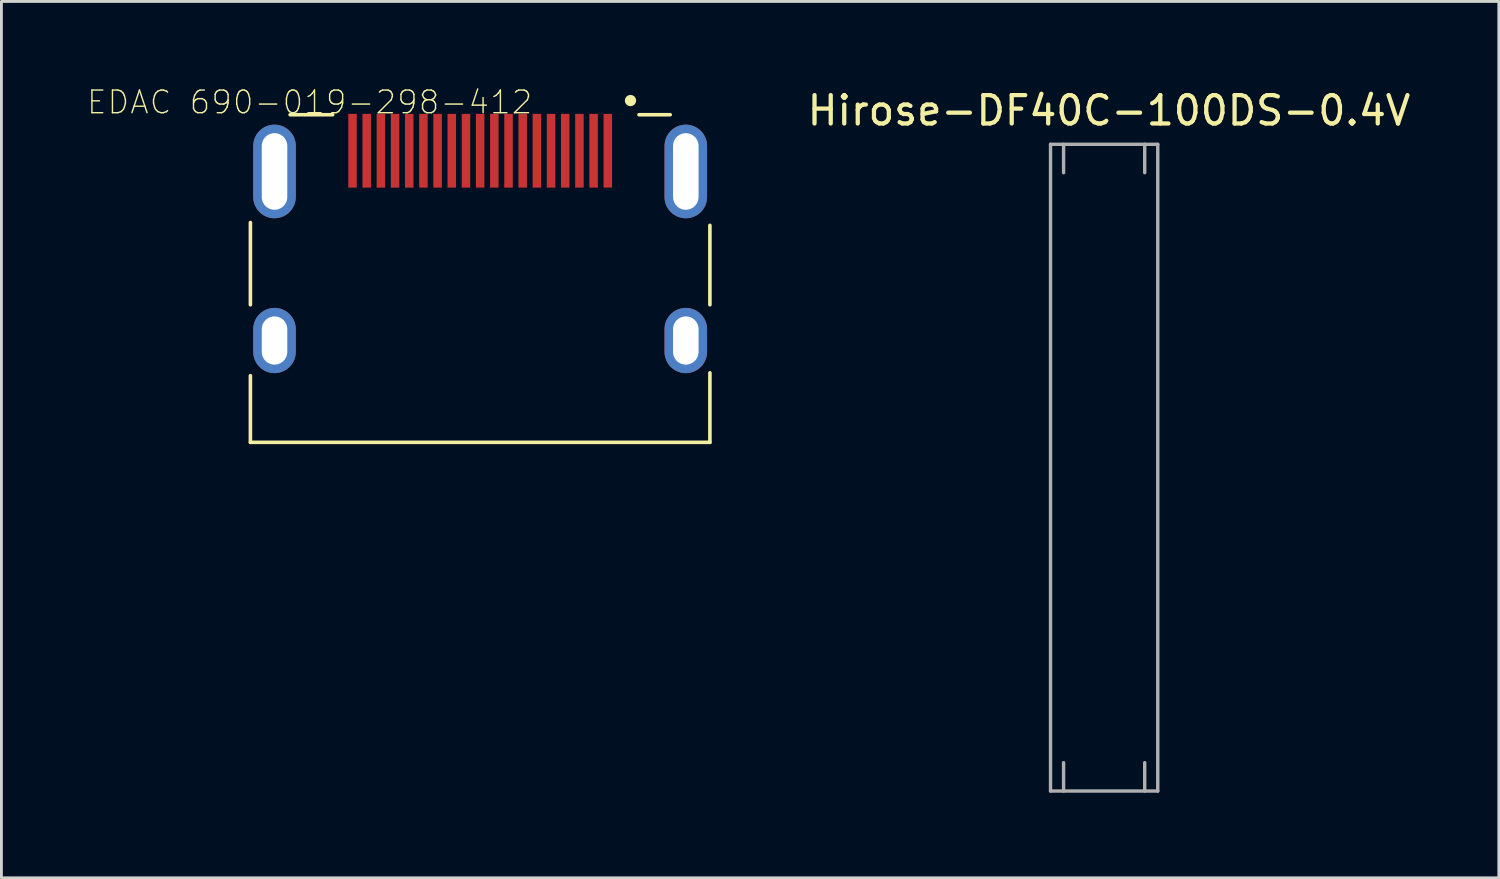
<source format=kicad_pcb>
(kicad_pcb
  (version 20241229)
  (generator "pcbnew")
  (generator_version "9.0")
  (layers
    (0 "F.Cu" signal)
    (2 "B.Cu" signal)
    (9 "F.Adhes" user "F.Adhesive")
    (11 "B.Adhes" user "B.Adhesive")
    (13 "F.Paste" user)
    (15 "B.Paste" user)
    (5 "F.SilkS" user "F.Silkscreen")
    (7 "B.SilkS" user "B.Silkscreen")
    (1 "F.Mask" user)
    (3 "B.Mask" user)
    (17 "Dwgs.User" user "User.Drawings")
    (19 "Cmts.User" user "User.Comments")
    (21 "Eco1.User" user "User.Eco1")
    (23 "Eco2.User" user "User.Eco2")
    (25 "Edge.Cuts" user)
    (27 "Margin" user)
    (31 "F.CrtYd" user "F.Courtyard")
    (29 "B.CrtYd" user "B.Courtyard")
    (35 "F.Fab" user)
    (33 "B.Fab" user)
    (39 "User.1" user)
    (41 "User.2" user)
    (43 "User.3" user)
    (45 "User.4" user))
  (footprint "Hirose-DF40C-100DS-0.4V"
    (layer "F.Cu")
    (at 35.877 13.438)
    (property "Reference" "Hirose-DF40C-100DS-0.4V" (at 0.17 -12.59 0) (layer "F.SilkS") (effects (font (size 1 1) (thickness 0.15))))
    (attr smd)
    (fp_line (start -1.89 -11.4) (end 1.89 -11.4) (stroke (width 0.12) (type solid)) (layer "F.Fab"))
    (fp_line (start -1.89 11.4) (end -1.89 -11.4) (stroke (width 0.12) (type solid)) (layer "F.Fab"))
    (fp_line (start -1.43 -10.4) (end -1.43 -11.4) (stroke (width 0.12) (type solid)) (layer "F.Fab"))
    (fp_line (start -1.43 11.4) (end -1.43 10.4) (stroke (width 0.12) (type solid)) (layer "F.Fab"))
    (fp_line (start 1.43 -10.4) (end 1.43 -11.4) (stroke (width 0.12) (type solid)) (layer "F.Fab"))
    (fp_line (start 1.43 11.4) (end 1.43 10.4) (stroke (width 0.12) (type solid)) (layer "F.Fab"))
    (fp_line (start 1.89 -11.4) (end 1.89 11.4) (stroke (width 0.12) (type solid)) (layer "F.Fab"))
    (fp_line (start 1.89 11.4) (end -1.89 11.4) (stroke (width 0.12) (type solid)) (layer "F.Fab")))
  (footprint "EDAC 690-019-298-412"
    (layer "F.Cu")
    (at 13.878 2.995)
    (property "Reference" "EDAC 690-019-298-412" (at -6.011 -2.439 0) (layer "F.SilkS") (effects (font (size 0.8 0.8) (thickness 0.05))))
    (attr smd)
    (fp_line (start -8.1 4.7) (end -8.1 1.8) (stroke (width 0.127) (type solid)) (layer "F.SilkS"))
    (fp_line (start -8.1 9.55) (end -8.1 7.2) (stroke (width 0.127) (type solid)) (layer "F.SilkS"))
    (fp_line (start -8.1 9.55) (end 8.1 9.55) (stroke (width 0.127) (type solid)) (layer "F.SilkS"))
    (fp_line (start -6.7 -2) (end -5.2 -2) (stroke (width 0.127) (type solid)) (layer "F.SilkS"))
    (fp_line (start 5.6 -2) (end 6.7 -2) (stroke (width 0.127) (type solid)) (layer "F.SilkS"))
    (fp_line (start 8.1 1.9) (end 8.1 4.7) (stroke (width 0.127) (type solid)) (layer "F.SilkS"))
    (fp_line (start 8.1 7.1) (end 8.1 9.55) (stroke (width 0.127) (type solid)) (layer "F.SilkS"))
    (fp_circle (center 5.3 -2.5) (end 5.4 -2.5) (stroke (width 0.2) (type solid)) (fill no) (layer "F.SilkS"))
    (fp_line (start -8.35 -2.2) (end 8.4 -2.2) (stroke (width 0.05) (type solid)) (layer "Eco1.User"))
    (fp_line (start -8.35 8.5) (end -8.35 -2.2) (stroke (width 0.05) (type solid)) (layer "Eco1.User"))
    (fp_line (start -8.35 9.5) (end -8.35 8.5) (stroke (width 0.05) (type solid)) (layer "Eco1.User"))
    (fp_line (start 8.4 -2.2) (end 8.4 9.5) (stroke (width 0.05) (type solid)) (layer "Eco1.User"))
    (fp_line (start 8.4 9.5) (end -8.35 9.5) (stroke (width 0.05) (type solid)) (layer "Eco1.User"))
    (fp_line (start -8.1 -2) (end 8.1 -2) (stroke (width 0.127) (type solid)) (layer "Eco2.User"))
    (fp_line (start -8.1 8.5) (end -8.1 -2) (stroke (width 0.127) (type solid)) (layer "Eco2.User"))
    (fp_line (start -8.1 10.55) (end -8.1 8.5) (stroke (width 0.127) (type solid)) (layer "Eco2.User"))
    (fp_line (start 8.1 -2) (end 8.1 8.5) (stroke (width 0.127) (type solid)) (layer "Eco2.User"))
    (fp_line (start 8.1 8.5) (end 8.1 10.55) (stroke (width 0.127) (type solid)) (layer "Eco2.User"))
    (fp_line (start 8.1 10.55) (end -8.1 10.55) (stroke (width 0.127) (type solid)) (layer "Eco2.User"))
    (pad "1" smd rect (at 4.5 -0.73 90) (size 2.6 0.3) (layers "F.Cu" "F.Mask" "F.Paste"))
    (pad "2" smd rect (at 4 -0.73 90) (size 2.6 0.3) (layers "F.Cu" "F.Mask" "F.Paste"))
    (pad "3" smd rect (at 3.5 -0.73 90) (size 2.6 0.3) (layers "F.Cu" "F.Mask" "F.Paste"))
    (pad "4" smd rect (at 3 -0.73 90) (size 2.6 0.3) (layers "F.Cu" "F.Mask" "F.Paste"))
    (pad "5" smd rect (at 2.5 -0.73 90) (size 2.6 0.3) (layers "F.Cu" "F.Mask" "F.Paste"))
    (pad "6" smd rect (at 2 -0.73 90) (size 2.6 0.3) (layers "F.Cu" "F.Mask" "F.Paste"))
    (pad "7" smd rect (at 1.5 -0.73 90) (size 2.6 0.3) (layers "F.Cu" "F.Mask" "F.Paste"))
    (pad "8" smd rect (at 1 -0.73 90) (size 2.6 0.3) (layers "F.Cu" "F.Mask" "F.Paste"))
    (pad "9" smd rect (at 0.5 -0.73 90) (size 2.6 0.3) (layers "F.Cu" "F.Mask" "F.Paste"))
    (pad "10" smd rect (at 0 -0.73 90) (size 2.6 0.3) (layers "F.Cu" "F.Mask" "F.Paste"))
    (pad "11" smd rect (at -0.5 -0.73 90) (size 2.6 0.3) (layers "F.Cu" "F.Mask" "F.Paste"))
    (pad "12" smd rect (at -1 -0.73 90) (size 2.6 0.3) (layers "F.Cu" "F.Mask" "F.Paste"))
    (pad "13" smd rect (at -1.5 -0.73 90) (size 2.6 0.3) (layers "F.Cu" "F.Mask" "F.Paste"))
    (pad "14" smd rect (at -2 -0.73 90) (size 2.6 0.3) (layers "F.Cu" "F.Mask" "F.Paste"))
    (pad "15" smd rect (at -2.5 -0.73 90) (size 2.6 0.3) (layers "F.Cu" "F.Mask" "F.Paste"))
    (pad "16" smd rect (at -3 -0.73 90) (size 2.6 0.3) (layers "F.Cu" "F.Mask" "F.Paste"))
    (pad "17" smd rect (at -3.5 -0.73 90) (size 2.6 0.3) (layers "F.Cu" "F.Mask" "F.Paste"))
    (pad "18" smd rect (at -4 -0.73 90) (size 2.6 0.3) (layers "F.Cu" "F.Mask" "F.Paste"))
    (pad "19" smd rect (at -4.5 -0.73 90) (size 2.6 0.3) (layers "F.Cu" "F.Mask" "F.Paste"))
    (pad "SH1" thru_hole oval (at 7.25 0) (size 1.5 3.3) (drill oval 0.9 2.7) (layers "*.Cu" "*.Mask"))
    (pad "SH2" thru_hole oval (at -7.25 0) (size 1.5 3.3) (drill oval 0.9 2.7) (layers "*.Cu" "*.Mask"))
    (pad "SH3" thru_hole oval (at -7.25 5.96) (size 1.5 2.3) (drill oval 0.9 1.7) (layers "*.Cu" "*.Mask"))
    (pad "SH4" thru_hole oval (at 7.25 5.96) (size 1.5 2.3) (drill oval 0.9 1.7) (layers "*.Cu" "*.Mask")))
  (gr_rect
    (start -3 -3)
    (end 49.791 27.898)
    (stroke (width 0.1) (type default))
    (fill no)
    (layer "Edge.Cuts")))
</source>
